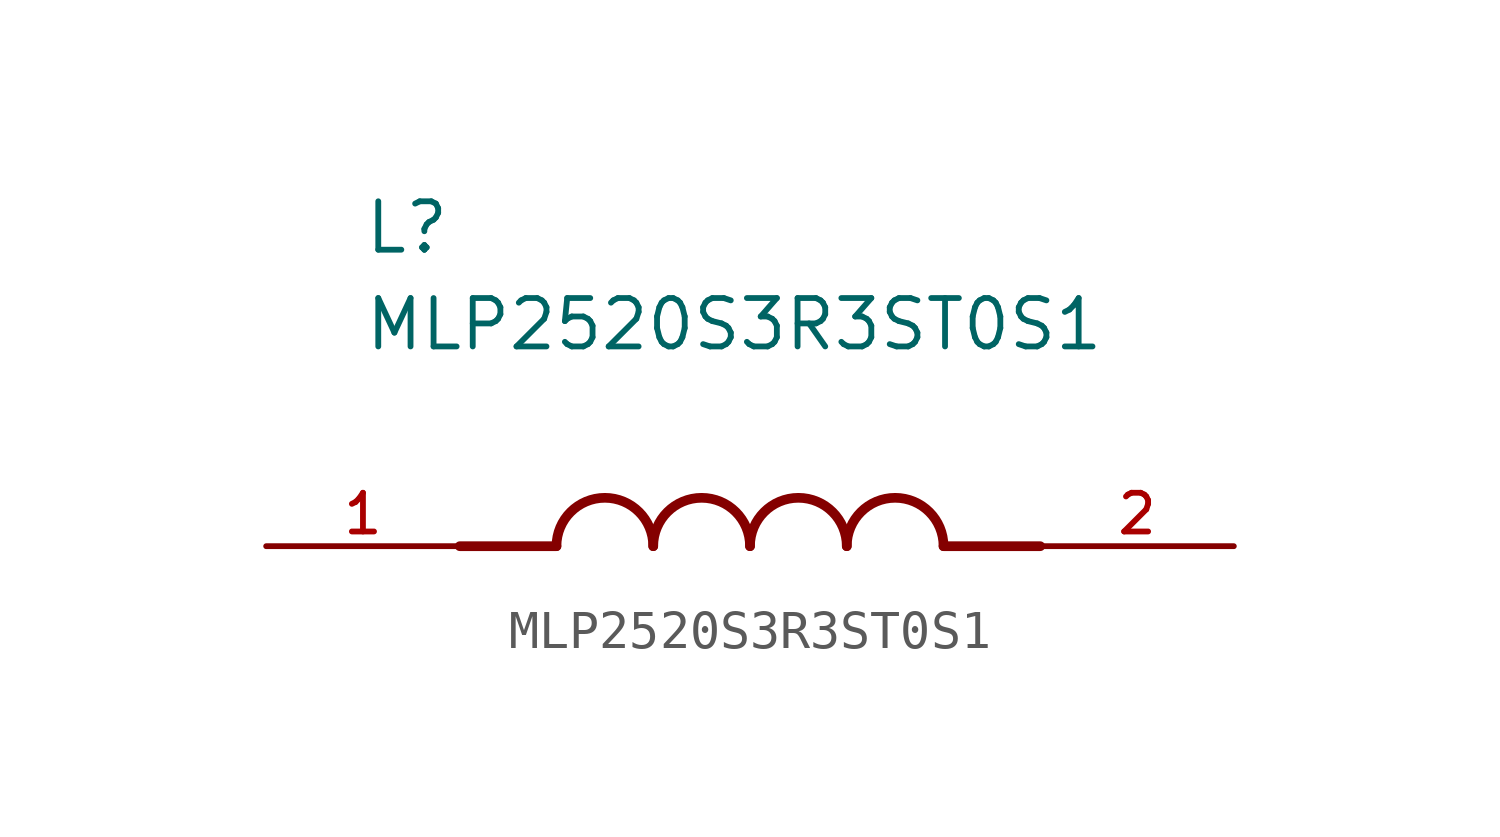
<source format=kicad_sym>
(kicad_symbol_lib
  (version 20211014)
  (generator kicad_symbol_editor)
  (symbol "MLP2520S3R3ST0S1"
    (pin_names
      (offset 1.016))
    (property "Reference" "L"
      (at -10.16 7.62 0)
      (effects (font (size 1.27 1.27)) (justify bottom left)))
    (property "Value" "MLP2520S3R3ST0S1"
      (at -10.16 5.08 0)
      (effects (font (size 1.27 1.27)) (justify bottom left)))
    (symbol "MLP2520S3R3ST0S1_0_0"
      (polyline (pts (xy -5.08 0.0) (xy -7.62 0.0)) (stroke (width 0.254)))
      (polyline (pts (xy 5.08 0.0) (xy 7.62 0.0)) (stroke (width 0.254)))
      (arc (start -2.54 0.0) (mid -3.81 1.27) (end -5.08 0.0) (stroke (width 0.254) (type default) (color 0 0 0 0)) (fill (type none)))
      (arc (start 0.0 0.0) (mid -1.27 1.27) (end -2.54 0.0) (stroke (width 0.254) (type default) (color 0 0 0 0)) (fill (type none)))
      (arc (start 2.54 0.0) (mid 1.27 1.27) (end 0.0 0.0) (stroke (width 0.254) (type default) (color 0 0 0 0)) (fill (type none)))
      (arc (start 5.08 0.0) (mid 3.81 1.27) (end 2.54 0.0) (stroke (width 0.254) (type default) (color 0 0 0 0)) (fill (type none)))
      (pin passive line (at -12.7 0.0 0) (length 5.08) (name "~" (effects (font (size 1.016 1.016)))) (number "1" (effects (font (size 1.016 1.016)))))
      (pin passive line (at 12.7 0.0 180.0) (length 5.08) (name "~" (effects (font (size 1.016 1.016)))) (number "2" (effects (font (size 1.016 1.016))))))))
</source>
